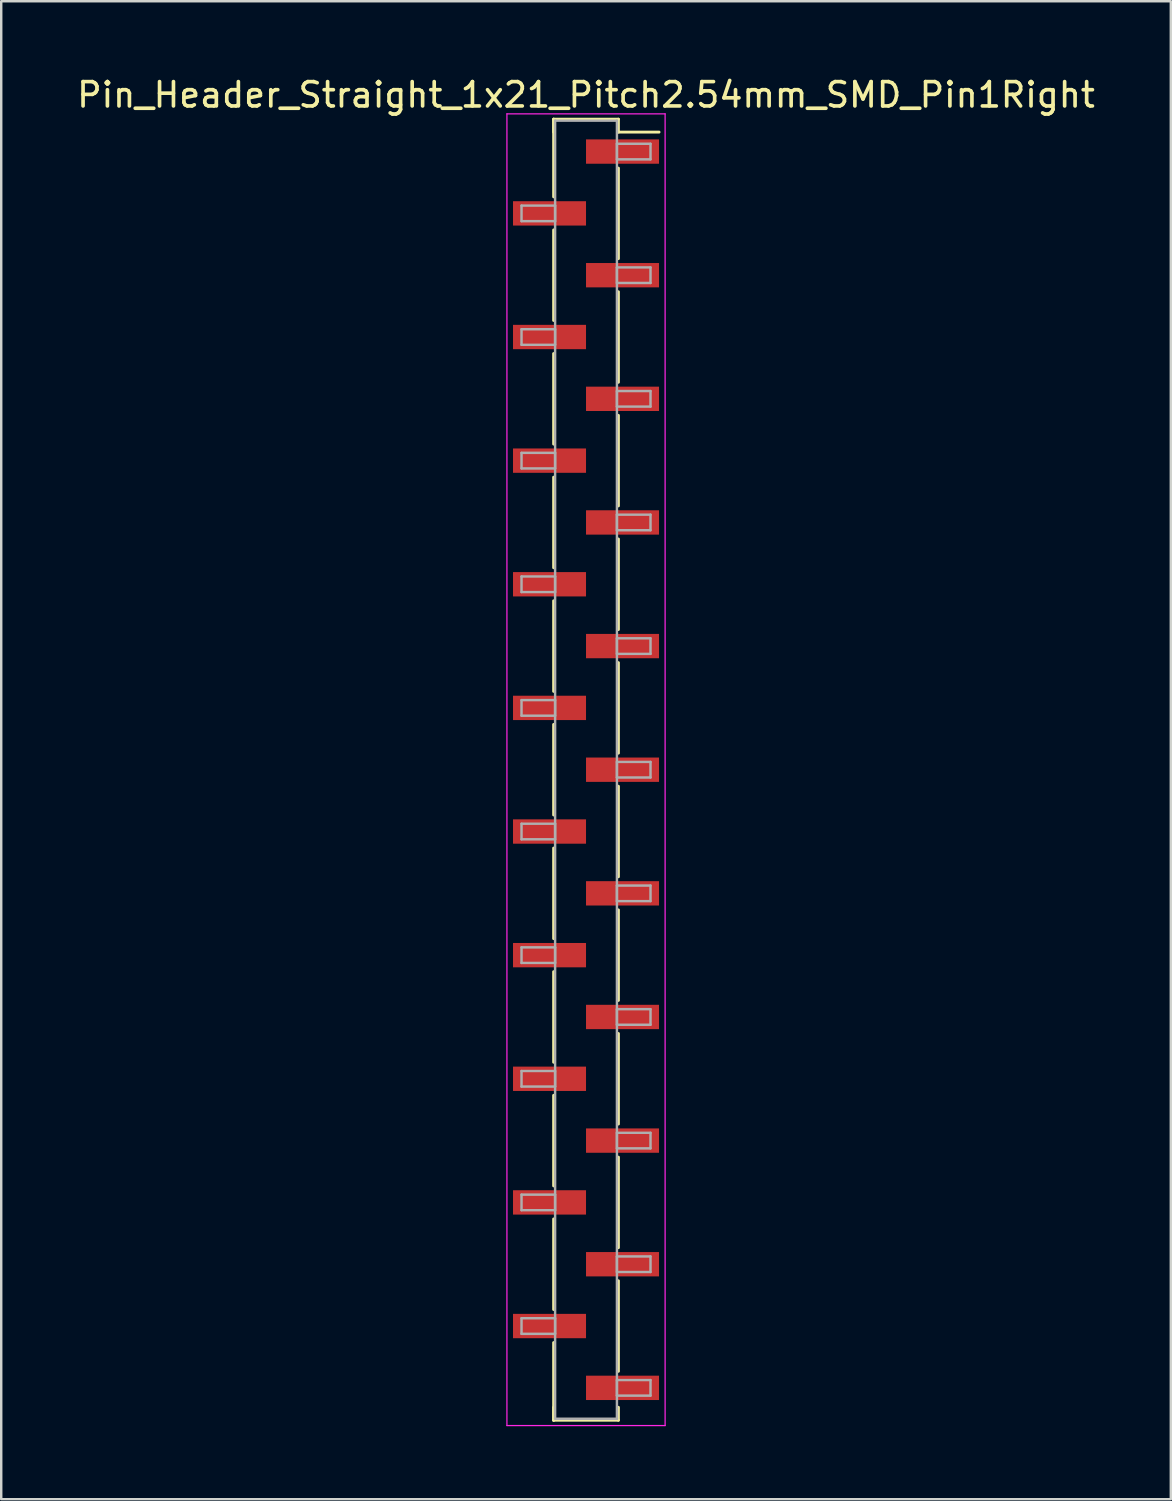
<source format=kicad_pcb>
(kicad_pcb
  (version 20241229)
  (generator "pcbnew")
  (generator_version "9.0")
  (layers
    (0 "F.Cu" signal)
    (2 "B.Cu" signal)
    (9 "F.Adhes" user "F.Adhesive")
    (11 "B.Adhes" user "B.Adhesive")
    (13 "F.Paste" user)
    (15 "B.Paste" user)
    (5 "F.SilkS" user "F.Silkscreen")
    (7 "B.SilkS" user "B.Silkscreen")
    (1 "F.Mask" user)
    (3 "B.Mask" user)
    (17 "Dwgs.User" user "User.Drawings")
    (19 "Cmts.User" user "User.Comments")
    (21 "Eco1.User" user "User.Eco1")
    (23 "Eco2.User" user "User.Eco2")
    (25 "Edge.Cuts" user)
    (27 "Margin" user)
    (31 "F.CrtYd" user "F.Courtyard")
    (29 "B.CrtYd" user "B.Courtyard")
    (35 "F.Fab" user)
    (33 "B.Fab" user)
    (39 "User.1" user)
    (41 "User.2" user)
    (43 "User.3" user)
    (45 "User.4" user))
  (footprint "Pin_Header_Straight_1x21_Pitch2.54mm_SMD_Pin1Right"
    (layer "F.Cu")
    (at 21.03 28.578)
    (property "Reference" "Pin_Header_Straight_1x21_Pitch2.54mm_SMD_Pin1Right" (at 0 -27.73 0) (layer "F.SilkS") (effects (font (size 1 1) (thickness 0.15))))
    (attr smd)
    (fp_line (start -1.33 -26.73) (end -1.33 -23.54) (stroke (width 0.12) (type solid)) (layer "F.SilkS"))
    (fp_line (start -1.33 -26.73) (end 1.33 -26.73) (stroke (width 0.12) (type solid)) (layer "F.SilkS"))
    (fp_line (start -1.33 -26.2) (end -1.33 -26.73) (stroke (width 0.12) (type solid)) (layer "F.SilkS"))
    (fp_line (start -1.33 -22.18) (end -1.33 -18.46) (stroke (width 0.12) (type solid)) (layer "F.SilkS"))
    (fp_line (start -1.33 -17.1) (end -1.33 -13.38) (stroke (width 0.12) (type solid)) (layer "F.SilkS"))
    (fp_line (start -1.33 -12.02) (end -1.33 -8.3) (stroke (width 0.12) (type solid)) (layer "F.SilkS"))
    (fp_line (start -1.33 -6.94) (end -1.33 -3.22) (stroke (width 0.12) (type solid)) (layer "F.SilkS"))
    (fp_line (start -1.33 -1.86) (end -1.33 1.86) (stroke (width 0.12) (type solid)) (layer "F.SilkS"))
    (fp_line (start -1.33 3.22) (end -1.33 6.94) (stroke (width 0.12) (type solid)) (layer "F.SilkS"))
    (fp_line (start -1.33 8.3) (end -1.33 12.02) (stroke (width 0.12) (type solid)) (layer "F.SilkS"))
    (fp_line (start -1.33 13.38) (end -1.33 17.1) (stroke (width 0.12) (type solid)) (layer "F.SilkS"))
    (fp_line (start -1.33 18.46) (end -1.33 22.18) (stroke (width 0.12) (type solid)) (layer "F.SilkS"))
    (fp_line (start -1.33 23.54) (end -1.33 26.73) (stroke (width 0.12) (type solid)) (layer "F.SilkS"))
    (fp_line (start -1.33 26.2) (end -1.33 26.73) (stroke (width 0.12) (type solid)) (layer "F.SilkS"))
    (fp_line (start -1.33 26.73) (end 1.33 26.73) (stroke (width 0.12) (type solid)) (layer "F.SilkS"))
    (fp_line (start 1.33 -26.73) (end 1.33 -26.2) (stroke (width 0.12) (type solid)) (layer "F.SilkS"))
    (fp_line (start 1.33 -26.2) (end 3 -26.2) (stroke (width 0.12) (type solid)) (layer "F.SilkS"))
    (fp_line (start 1.33 -24.72) (end 1.33 -21) (stroke (width 0.12) (type solid)) (layer "F.SilkS"))
    (fp_line (start 1.33 -19.64) (end 1.33 -15.92) (stroke (width 0.12) (type solid)) (layer "F.SilkS"))
    (fp_line (start 1.33 -14.56) (end 1.33 -10.84) (stroke (width 0.12) (type solid)) (layer "F.SilkS"))
    (fp_line (start 1.33 -9.48) (end 1.33 -5.76) (stroke (width 0.12) (type solid)) (layer "F.SilkS"))
    (fp_line (start 1.33 -4.4) (end 1.33 -0.68) (stroke (width 0.12) (type solid)) (layer "F.SilkS"))
    (fp_line (start 1.33 0.68) (end 1.33 4.4) (stroke (width 0.12) (type solid)) (layer "F.SilkS"))
    (fp_line (start 1.33 5.76) (end 1.33 9.48) (stroke (width 0.12) (type solid)) (layer "F.SilkS"))
    (fp_line (start 1.33 10.84) (end 1.33 14.56) (stroke (width 0.12) (type solid)) (layer "F.SilkS"))
    (fp_line (start 1.33 15.92) (end 1.33 19.64) (stroke (width 0.12) (type solid)) (layer "F.SilkS"))
    (fp_line (start 1.33 21) (end 1.33 24.72) (stroke (width 0.12) (type solid)) (layer "F.SilkS"))
    (fp_line (start 1.33 26.73) (end 1.33 26.2) (stroke (width 0.12) (type solid)) (layer "F.SilkS"))
    (fp_line (start -3.25 -26.95) (end -3.25 26.95) (stroke (width 0.05) (type solid)) (layer "F.CrtYd"))
    (fp_line (start -3.25 26.95) (end 3.25 26.95) (stroke (width 0.05) (type solid)) (layer "F.CrtYd"))
    (fp_line (start 3.25 -26.95) (end -3.25 -26.95) (stroke (width 0.05) (type solid)) (layer "F.CrtYd"))
    (fp_line (start 3.25 26.95) (end 3.25 -26.95) (stroke (width 0.05) (type solid)) (layer "F.CrtYd"))
    (fp_line (start -2.65 -23.18) (end -1.27 -23.18) (stroke (width 0.1) (type solid)) (layer "F.Fab"))
    (fp_line (start -2.65 -22.54) (end -2.65 -23.18) (stroke (width 0.1) (type solid)) (layer "F.Fab"))
    (fp_line (start -2.65 -18.1) (end -1.27 -18.1) (stroke (width 0.1) (type solid)) (layer "F.Fab"))
    (fp_line (start -2.65 -17.46) (end -2.65 -18.1) (stroke (width 0.1) (type solid)) (layer "F.Fab"))
    (fp_line (start -2.65 -13.02) (end -1.27 -13.02) (stroke (width 0.1) (type solid)) (layer "F.Fab"))
    (fp_line (start -2.65 -12.38) (end -2.65 -13.02) (stroke (width 0.1) (type solid)) (layer "F.Fab"))
    (fp_line (start -2.65 -7.94) (end -1.27 -7.94) (stroke (width 0.1) (type solid)) (layer "F.Fab"))
    (fp_line (start -2.65 -7.3) (end -2.65 -7.94) (stroke (width 0.1) (type solid)) (layer "F.Fab"))
    (fp_line (start -2.65 -2.86) (end -1.27 -2.86) (stroke (width 0.1) (type solid)) (layer "F.Fab"))
    (fp_line (start -2.65 -2.22) (end -2.65 -2.86) (stroke (width 0.1) (type solid)) (layer "F.Fab"))
    (fp_line (start -2.65 2.22) (end -1.27 2.22) (stroke (width 0.1) (type solid)) (layer "F.Fab"))
    (fp_line (start -2.65 2.86) (end -2.65 2.22) (stroke (width 0.1) (type solid)) (layer "F.Fab"))
    (fp_line (start -2.65 7.3) (end -1.27 7.3) (stroke (width 0.1) (type solid)) (layer "F.Fab"))
    (fp_line (start -2.65 7.94) (end -2.65 7.3) (stroke (width 0.1) (type solid)) (layer "F.Fab"))
    (fp_line (start -2.65 12.38) (end -1.27 12.38) (stroke (width 0.1) (type solid)) (layer "F.Fab"))
    (fp_line (start -2.65 13.02) (end -2.65 12.38) (stroke (width 0.1) (type solid)) (layer "F.Fab"))
    (fp_line (start -2.65 17.46) (end -1.27 17.46) (stroke (width 0.1) (type solid)) (layer "F.Fab"))
    (fp_line (start -2.65 18.1) (end -2.65 17.46) (stroke (width 0.1) (type solid)) (layer "F.Fab"))
    (fp_line (start -2.65 22.54) (end -1.27 22.54) (stroke (width 0.1) (type solid)) (layer "F.Fab"))
    (fp_line (start -2.65 23.18) (end -2.65 22.54) (stroke (width 0.1) (type solid)) (layer "F.Fab"))
    (fp_line (start -1.27 -26.67) (end -1.27 26.67) (stroke (width 0.1) (type solid)) (layer "F.Fab"))
    (fp_line (start -1.27 -23.18) (end -1.27 -22.54) (stroke (width 0.1) (type solid)) (layer "F.Fab"))
    (fp_line (start -1.27 -22.54) (end -2.65 -22.54) (stroke (width 0.1) (type solid)) (layer "F.Fab"))
    (fp_line (start -1.27 -18.1) (end -1.27 -17.46) (stroke (width 0.1) (type solid)) (layer "F.Fab"))
    (fp_line (start -1.27 -17.46) (end -2.65 -17.46) (stroke (width 0.1) (type solid)) (layer "F.Fab"))
    (fp_line (start -1.27 -13.02) (end -1.27 -12.38) (stroke (width 0.1) (type solid)) (layer "F.Fab"))
    (fp_line (start -1.27 -12.38) (end -2.65 -12.38) (stroke (width 0.1) (type solid)) (layer "F.Fab"))
    (fp_line (start -1.27 -7.94) (end -1.27 -7.3) (stroke (width 0.1) (type solid)) (layer "F.Fab"))
    (fp_line (start -1.27 -7.3) (end -2.65 -7.3) (stroke (width 0.1) (type solid)) (layer "F.Fab"))
    (fp_line (start -1.27 -2.86) (end -1.27 -2.22) (stroke (width 0.1) (type solid)) (layer "F.Fab"))
    (fp_line (start -1.27 -2.22) (end -2.65 -2.22) (stroke (width 0.1) (type solid)) (layer "F.Fab"))
    (fp_line (start -1.27 2.22) (end -1.27 2.86) (stroke (width 0.1) (type solid)) (layer "F.Fab"))
    (fp_line (start -1.27 2.86) (end -2.65 2.86) (stroke (width 0.1) (type solid)) (layer "F.Fab"))
    (fp_line (start -1.27 7.3) (end -1.27 7.94) (stroke (width 0.1) (type solid)) (layer "F.Fab"))
    (fp_line (start -1.27 7.94) (end -2.65 7.94) (stroke (width 0.1) (type solid)) (layer "F.Fab"))
    (fp_line (start -1.27 12.38) (end -1.27 13.02) (stroke (width 0.1) (type solid)) (layer "F.Fab"))
    (fp_line (start -1.27 13.02) (end -2.65 13.02) (stroke (width 0.1) (type solid)) (layer "F.Fab"))
    (fp_line (start -1.27 17.46) (end -1.27 18.1) (stroke (width 0.1) (type solid)) (layer "F.Fab"))
    (fp_line (start -1.27 18.1) (end -2.65 18.1) (stroke (width 0.1) (type solid)) (layer "F.Fab"))
    (fp_line (start -1.27 22.54) (end -1.27 23.18) (stroke (width 0.1) (type solid)) (layer "F.Fab"))
    (fp_line (start -1.27 23.18) (end -2.65 23.18) (stroke (width 0.1) (type solid)) (layer "F.Fab"))
    (fp_line (start -1.27 26.67) (end 1.27 26.67) (stroke (width 0.1) (type solid)) (layer "F.Fab"))
    (fp_line (start 1.27 -26.67) (end -1.27 -26.67) (stroke (width 0.1) (type solid)) (layer "F.Fab"))
    (fp_line (start 1.27 -25.72) (end 1.27 -25.08) (stroke (width 0.1) (type solid)) (layer "F.Fab"))
    (fp_line (start 1.27 -25.08) (end 2.65 -25.08) (stroke (width 0.1) (type solid)) (layer "F.Fab"))
    (fp_line (start 1.27 -20.64) (end 1.27 -20) (stroke (width 0.1) (type solid)) (layer "F.Fab"))
    (fp_line (start 1.27 -20) (end 2.65 -20) (stroke (width 0.1) (type solid)) (layer "F.Fab"))
    (fp_line (start 1.27 -15.56) (end 1.27 -14.92) (stroke (width 0.1) (type solid)) (layer "F.Fab"))
    (fp_line (start 1.27 -14.92) (end 2.65 -14.92) (stroke (width 0.1) (type solid)) (layer "F.Fab"))
    (fp_line (start 1.27 -10.48) (end 1.27 -9.84) (stroke (width 0.1) (type solid)) (layer "F.Fab"))
    (fp_line (start 1.27 -9.84) (end 2.65 -9.84) (stroke (width 0.1) (type solid)) (layer "F.Fab"))
    (fp_line (start 1.27 -5.4) (end 1.27 -4.76) (stroke (width 0.1) (type solid)) (layer "F.Fab"))
    (fp_line (start 1.27 -4.76) (end 2.65 -4.76) (stroke (width 0.1) (type solid)) (layer "F.Fab"))
    (fp_line (start 1.27 -0.32) (end 1.27 0.32) (stroke (width 0.1) (type solid)) (layer "F.Fab"))
    (fp_line (start 1.27 0.32) (end 2.65 0.32) (stroke (width 0.1) (type solid)) (layer "F.Fab"))
    (fp_line (start 1.27 4.76) (end 1.27 5.4) (stroke (width 0.1) (type solid)) (layer "F.Fab"))
    (fp_line (start 1.27 5.4) (end 2.65 5.4) (stroke (width 0.1) (type solid)) (layer "F.Fab"))
    (fp_line (start 1.27 9.84) (end 1.27 10.48) (stroke (width 0.1) (type solid)) (layer "F.Fab"))
    (fp_line (start 1.27 10.48) (end 2.65 10.48) (stroke (width 0.1) (type solid)) (layer "F.Fab"))
    (fp_line (start 1.27 14.92) (end 1.27 15.56) (stroke (width 0.1) (type solid)) (layer "F.Fab"))
    (fp_line (start 1.27 15.56) (end 2.65 15.56) (stroke (width 0.1) (type solid)) (layer "F.Fab"))
    (fp_line (start 1.27 20) (end 1.27 20.64) (stroke (width 0.1) (type solid)) (layer "F.Fab"))
    (fp_line (start 1.27 20.64) (end 2.65 20.64) (stroke (width 0.1) (type solid)) (layer "F.Fab"))
    (fp_line (start 1.27 25.08) (end 1.27 25.72) (stroke (width 0.1) (type solid)) (layer "F.Fab"))
    (fp_line (start 1.27 25.72) (end 2.65 25.72) (stroke (width 0.1) (type solid)) (layer "F.Fab"))
    (fp_line (start 1.27 26.67) (end 1.27 -26.67) (stroke (width 0.1) (type solid)) (layer "F.Fab"))
    (fp_line (start 2.65 -25.72) (end 1.27 -25.72) (stroke (width 0.1) (type solid)) (layer "F.Fab"))
    (fp_line (start 2.65 -25.08) (end 2.65 -25.72) (stroke (width 0.1) (type solid)) (layer "F.Fab"))
    (fp_line (start 2.65 -20.64) (end 1.27 -20.64) (stroke (width 0.1) (type solid)) (layer "F.Fab"))
    (fp_line (start 2.65 -20) (end 2.65 -20.64) (stroke (width 0.1) (type solid)) (layer "F.Fab"))
    (fp_line (start 2.65 -15.56) (end 1.27 -15.56) (stroke (width 0.1) (type solid)) (layer "F.Fab"))
    (fp_line (start 2.65 -14.92) (end 2.65 -15.56) (stroke (width 0.1) (type solid)) (layer "F.Fab"))
    (fp_line (start 2.65 -10.48) (end 1.27 -10.48) (stroke (width 0.1) (type solid)) (layer "F.Fab"))
    (fp_line (start 2.65 -9.84) (end 2.65 -10.48) (stroke (width 0.1) (type solid)) (layer "F.Fab"))
    (fp_line (start 2.65 -5.4) (end 1.27 -5.4) (stroke (width 0.1) (type solid)) (layer "F.Fab"))
    (fp_line (start 2.65 -4.76) (end 2.65 -5.4) (stroke (width 0.1) (type solid)) (layer "F.Fab"))
    (fp_line (start 2.65 -0.32) (end 1.27 -0.32) (stroke (width 0.1) (type solid)) (layer "F.Fab"))
    (fp_line (start 2.65 0.32) (end 2.65 -0.32) (stroke (width 0.1) (type solid)) (layer "F.Fab"))
    (fp_line (start 2.65 4.76) (end 1.27 4.76) (stroke (width 0.1) (type solid)) (layer "F.Fab"))
    (fp_line (start 2.65 5.4) (end 2.65 4.76) (stroke (width 0.1) (type solid)) (layer "F.Fab"))
    (fp_line (start 2.65 9.84) (end 1.27 9.84) (stroke (width 0.1) (type solid)) (layer "F.Fab"))
    (fp_line (start 2.65 10.48) (end 2.65 9.84) (stroke (width 0.1) (type solid)) (layer "F.Fab"))
    (fp_line (start 2.65 14.92) (end 1.27 14.92) (stroke (width 0.1) (type solid)) (layer "F.Fab"))
    (fp_line (start 2.65 15.56) (end 2.65 14.92) (stroke (width 0.1) (type solid)) (layer "F.Fab"))
    (fp_line (start 2.65 20) (end 1.27 20) (stroke (width 0.1) (type solid)) (layer "F.Fab"))
    (fp_line (start 2.65 20.64) (end 2.65 20) (stroke (width 0.1) (type solid)) (layer "F.Fab"))
    (fp_line (start 2.65 25.08) (end 1.27 25.08) (stroke (width 0.1) (type solid)) (layer "F.Fab"))
    (fp_line (start 2.65 25.72) (end 2.65 25.08) (stroke (width 0.1) (type solid)) (layer "F.Fab"))
    (pad "1" smd rect (at 1.5 -25.4) (size 3 1) (layers "F.Cu" "F.Mask"))
    (pad "2" smd rect (at -1.5 -22.86) (size 3 1) (layers "F.Cu" "F.Mask"))
    (pad "3" smd rect (at 1.5 -20.32) (size 3 1) (layers "F.Cu" "F.Mask"))
    (pad "4" smd rect (at -1.5 -17.78) (size 3 1) (layers "F.Cu" "F.Mask"))
    (pad "5" smd rect (at 1.5 -15.24) (size 3 1) (layers "F.Cu" "F.Mask"))
    (pad "6" smd rect (at -1.5 -12.7) (size 3 1) (layers "F.Cu" "F.Mask"))
    (pad "7" smd rect (at 1.5 -10.16) (size 3 1) (layers "F.Cu" "F.Mask"))
    (pad "8" smd rect (at -1.5 -7.62) (size 3 1) (layers "F.Cu" "F.Mask"))
    (pad "9" smd rect (at 1.5 -5.08) (size 3 1) (layers "F.Cu" "F.Mask"))
    (pad "10" smd rect (at -1.5 -2.54) (size 3 1) (layers "F.Cu" "F.Mask"))
    (pad "11" smd rect (at 1.5 0) (size 3 1) (layers "F.Cu" "F.Mask"))
    (pad "12" smd rect (at -1.5 2.54) (size 3 1) (layers "F.Cu" "F.Mask"))
    (pad "13" smd rect (at 1.5 5.08) (size 3 1) (layers "F.Cu" "F.Mask"))
    (pad "14" smd rect (at -1.5 7.62) (size 3 1) (layers "F.Cu" "F.Mask"))
    (pad "15" smd rect (at 1.5 10.16) (size 3 1) (layers "F.Cu" "F.Mask"))
    (pad "16" smd rect (at -1.5 12.7) (size 3 1) (layers "F.Cu" "F.Mask"))
    (pad "17" smd rect (at 1.5 15.24) (size 3 1) (layers "F.Cu" "F.Mask"))
    (pad "18" smd rect (at -1.5 17.78) (size 3 1) (layers "F.Cu" "F.Mask"))
    (pad "19" smd rect (at 1.5 20.32) (size 3 1) (layers "F.Cu" "F.Mask"))
    (pad "20" smd rect (at -1.5 22.86) (size 3 1) (layers "F.Cu" "F.Mask"))
    (pad "21" smd rect (at 1.5 25.4) (size 3 1) (layers "F.Cu" "F.Mask")))
  (gr_rect
    (start -3 -3)
    (end 45.06 58.553)
    (stroke (width 0.1) (type default))
    (fill no)
    (layer "Edge.Cuts")))
</source>
